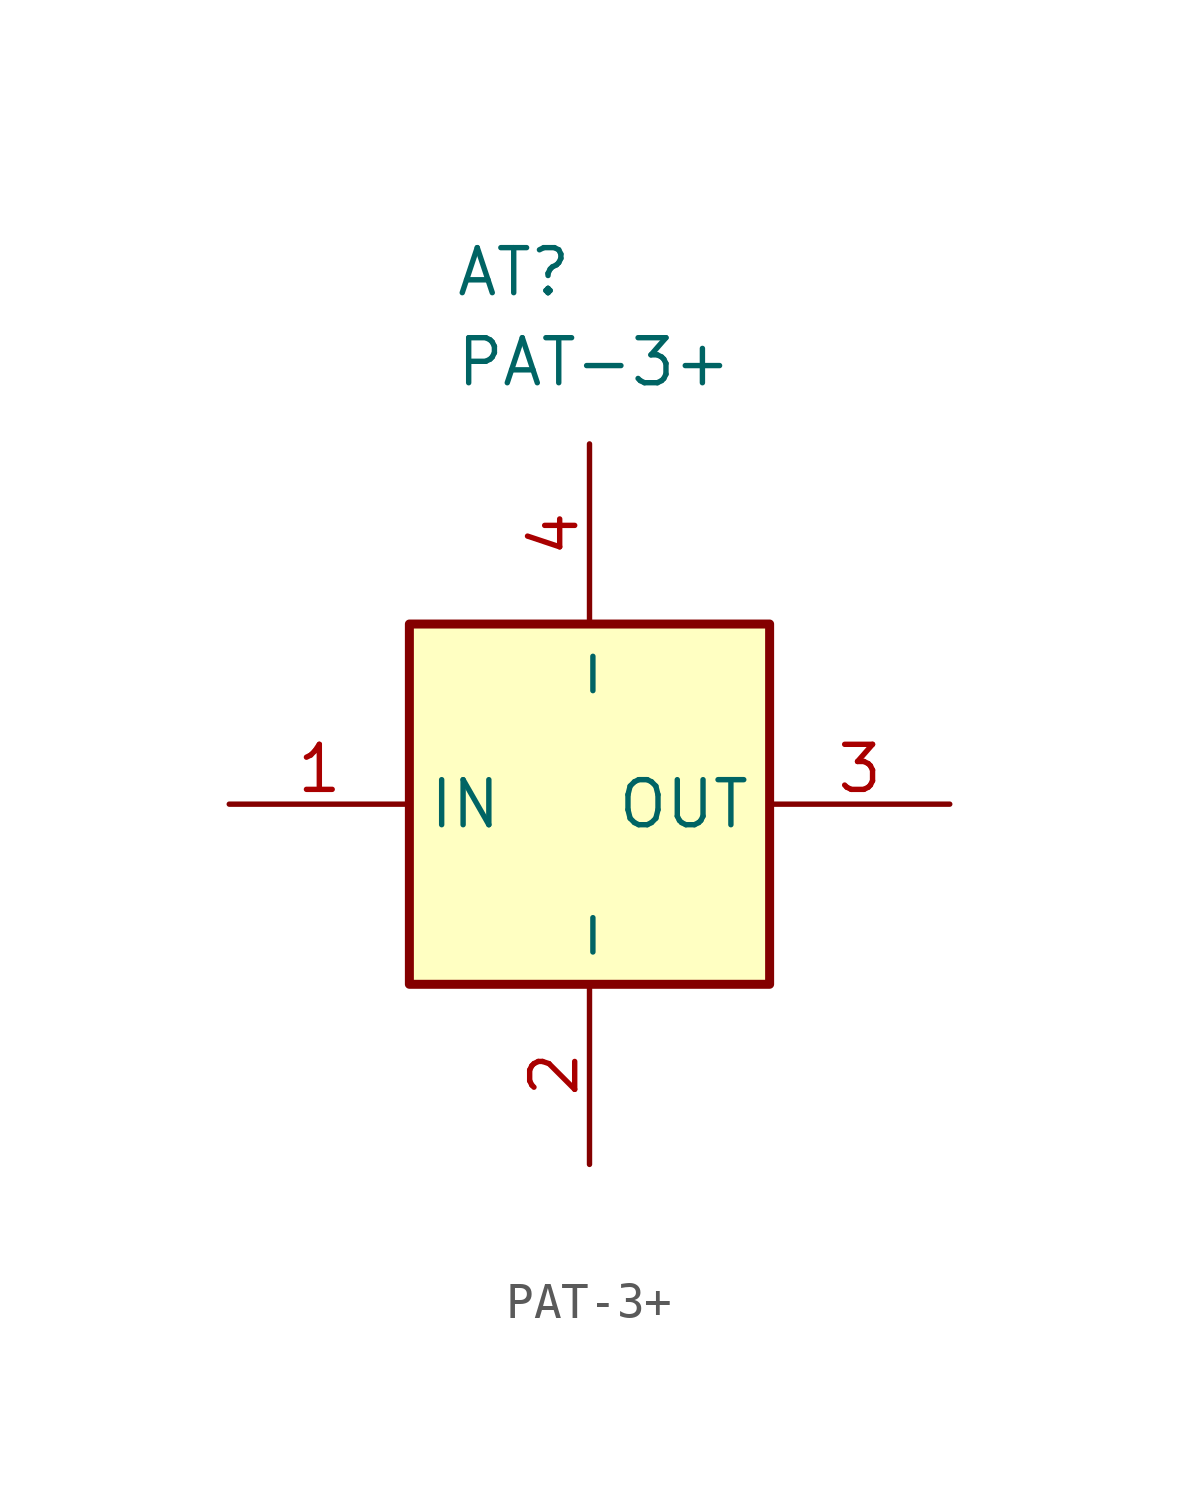
<source format=kicad_sym>
(kicad_symbol_lib
  (version 20231120)
  (generator "kicad_symbol_editor")
  (generator_version "8.0")
  (symbol "PAT-3+"
    (property "Reference" "AT"
      (at 20.32 9.398 0)
      (effects (font (size 1.27 1.27)) (justify left top)))
    (property "Value" "PAT-3+"
      (at 20.32 6.858 0)
      (effects (font (size 1.27 1.27)) (justify left top)))
    (symbol "PAT-3+_1_1"
      (rectangle (start 19.05 -1.27) (end 29.21 -11.43) (stroke (width 0.254) (type default)) (fill (type background)))
      (pin passive line (at 13.97 -6.35 0) (length 5.08) (name "IN" (effects (font (size 1.27 1.27)))) (number "1" (effects (font (size 1.27 1.27)))))
      (pin passive line (at 24.13 -16.51 90) (length 5.08) (name "-" (effects (font (size 1.27 1.27)))) (number "2" (effects (font (size 1.27 1.27)))))
      (pin passive line (at 34.29 -6.35 180) (length 5.08) (name "OUT" (effects (font (size 1.27 1.27)))) (number "3" (effects (font (size 1.27 1.27)))))
      (pin passive line (at 24.13 3.81 270) (length 5.08) (name "-" (effects (font (size 1.27 1.27)))) (number "4" (effects (font (size 1.27 1.27))))))))
</source>
